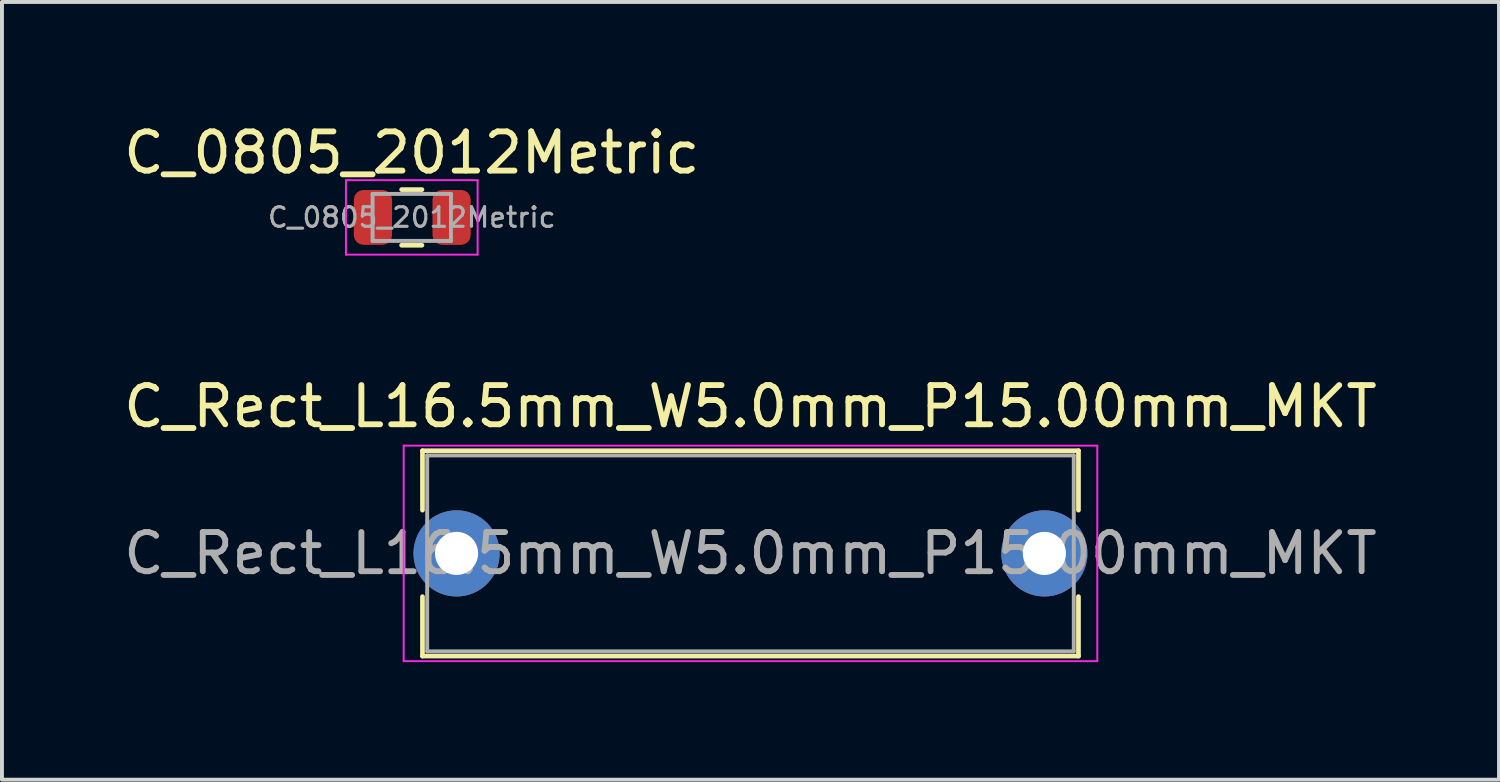
<source format=kicad_pcb>
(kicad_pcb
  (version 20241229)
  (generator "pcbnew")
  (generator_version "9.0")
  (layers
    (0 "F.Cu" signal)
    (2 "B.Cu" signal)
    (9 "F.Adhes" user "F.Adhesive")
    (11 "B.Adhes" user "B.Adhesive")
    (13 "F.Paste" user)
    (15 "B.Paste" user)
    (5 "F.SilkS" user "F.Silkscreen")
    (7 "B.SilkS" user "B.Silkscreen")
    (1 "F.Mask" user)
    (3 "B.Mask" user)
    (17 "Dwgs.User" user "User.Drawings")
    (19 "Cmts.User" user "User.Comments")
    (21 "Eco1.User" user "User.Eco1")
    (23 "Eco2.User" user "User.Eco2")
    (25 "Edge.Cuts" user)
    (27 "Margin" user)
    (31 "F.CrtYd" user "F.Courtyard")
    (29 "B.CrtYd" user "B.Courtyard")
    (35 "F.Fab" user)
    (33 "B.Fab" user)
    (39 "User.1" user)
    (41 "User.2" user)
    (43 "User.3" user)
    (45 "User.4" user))
  (footprint "C_Rect_L16.5mm_W5.0mm_P15.00mm_MKT"
    (layer "F.Cu")
    (at 8.601 11.072)
    (property "Reference" "C_Rect_L16.5mm_W5.0mm_P15.00mm_MKT" (at 7.5 -3.75 0) (layer "F.SilkS") (effects (font (size 1 1) (thickness 0.15))))
    (attr through_hole)
    (fp_line (start -0.87 -2.62) (end -0.87 -1.104) (stroke (width 0.12) (type solid)) (layer "F.SilkS"))
    (fp_line (start -0.87 -2.62) (end 15.87 -2.62) (stroke (width 0.12) (type solid)) (layer "F.SilkS"))
    (fp_line (start -0.87 1.104) (end -0.87 2.62) (stroke (width 0.12) (type solid)) (layer "F.SilkS"))
    (fp_line (start -0.87 2.62) (end 15.87 2.62) (stroke (width 0.12) (type solid)) (layer "F.SilkS"))
    (fp_line (start 15.87 -2.62) (end 15.87 -1.104) (stroke (width 0.12) (type solid)) (layer "F.SilkS"))
    (fp_line (start 15.87 1.104) (end 15.87 2.62) (stroke (width 0.12) (type solid)) (layer "F.SilkS"))
    (fp_line (start -1.35 -2.75) (end -1.35 2.75) (stroke (width 0.05) (type solid)) (layer "F.CrtYd"))
    (fp_line (start -1.35 2.75) (end 16.35 2.75) (stroke (width 0.05) (type solid)) (layer "F.CrtYd"))
    (fp_line (start 16.35 -2.75) (end -1.35 -2.75) (stroke (width 0.05) (type solid)) (layer "F.CrtYd"))
    (fp_line (start 16.35 2.75) (end 16.35 -2.75) (stroke (width 0.05) (type solid)) (layer "F.CrtYd"))
    (fp_line (start -0.75 -2.5) (end -0.75 2.5) (stroke (width 0.1) (type solid)) (layer "F.Fab"))
    (fp_line (start -0.75 2.5) (end 15.75 2.5) (stroke (width 0.1) (type solid)) (layer "F.Fab"))
    (fp_line (start 15.75 -2.5) (end -0.75 -2.5) (stroke (width 0.1) (type solid)) (layer "F.Fab"))
    (fp_line (start 15.75 2.5) (end 15.75 -2.5) (stroke (width 0.1) (type solid)) (layer "F.Fab"))
    (fp_text user "${REFERENCE}" (at 7.5 0 0) (layer "F.Fab") (effects (font (size 1 1) (thickness 0.15))))
    (pad "1" thru_hole circle (at 0 0) (size 2.2 2.2) (drill 1.1) (layers "*.Cu" "*.Mask"))
    (pad "2" thru_hole circle (at 15 0) (size 2.2 2.2) (drill 1.1) (layers "*.Cu" "*.Mask")))
  (footprint "C_0805_2012Metric"
    (layer "F.Cu")
    (at 7.458 2.498)
    (property "Reference" "C_0805_2012Metric" (at 0 -1.65 0) (layer "F.SilkS") (effects (font (size 1 1) (thickness 0.15))))
    (attr smd)
    (fp_line (start -0.259 -0.71) (end 0.259 -0.71) (stroke (width 0.12) (type solid)) (layer "F.SilkS"))
    (fp_line (start -0.259 0.71) (end 0.259 0.71) (stroke (width 0.12) (type solid)) (layer "F.SilkS"))
    (fp_line (start -1.68 -0.95) (end 1.68 -0.95) (stroke (width 0.05) (type solid)) (layer "F.CrtYd"))
    (fp_line (start -1.68 0.95) (end -1.68 -0.95) (stroke (width 0.05) (type solid)) (layer "F.CrtYd"))
    (fp_line (start 1.68 -0.95) (end 1.68 0.95) (stroke (width 0.05) (type solid)) (layer "F.CrtYd"))
    (fp_line (start 1.68 0.95) (end -1.68 0.95) (stroke (width 0.05) (type solid)) (layer "F.CrtYd"))
    (fp_line (start -1 -0.6) (end 1 -0.6) (stroke (width 0.1) (type solid)) (layer "F.Fab"))
    (fp_line (start -1 0.6) (end -1 -0.6) (stroke (width 0.1) (type solid)) (layer "F.Fab"))
    (fp_line (start 1 -0.6) (end 1 0.6) (stroke (width 0.1) (type solid)) (layer "F.Fab"))
    (fp_line (start 1 0.6) (end -1 0.6) (stroke (width 0.1) (type solid)) (layer "F.Fab"))
    (fp_text user "${REFERENCE}" (at 0 0 0) (layer "F.Fab") (effects (font (size 0.5 0.5) (thickness 0.08))))
    (pad "1" smd roundrect (at -0.991 0) (size 0.975 1.4) (layers "F.Cu" "F.Mask" "F.Paste") (roundrect_rratio 0.25))
    (pad "2" smd roundrect (at 1.016 0) (size 0.975 1.4) (layers "F.Cu" "F.Mask" "F.Paste") (roundrect_rratio 0.25)))
  (gr_rect
    (start -3 -3)
    (end 35.202 16.846)
    (stroke (width 0.1) (type default))
    (fill no)
    (layer "Edge.Cuts")))
</source>
